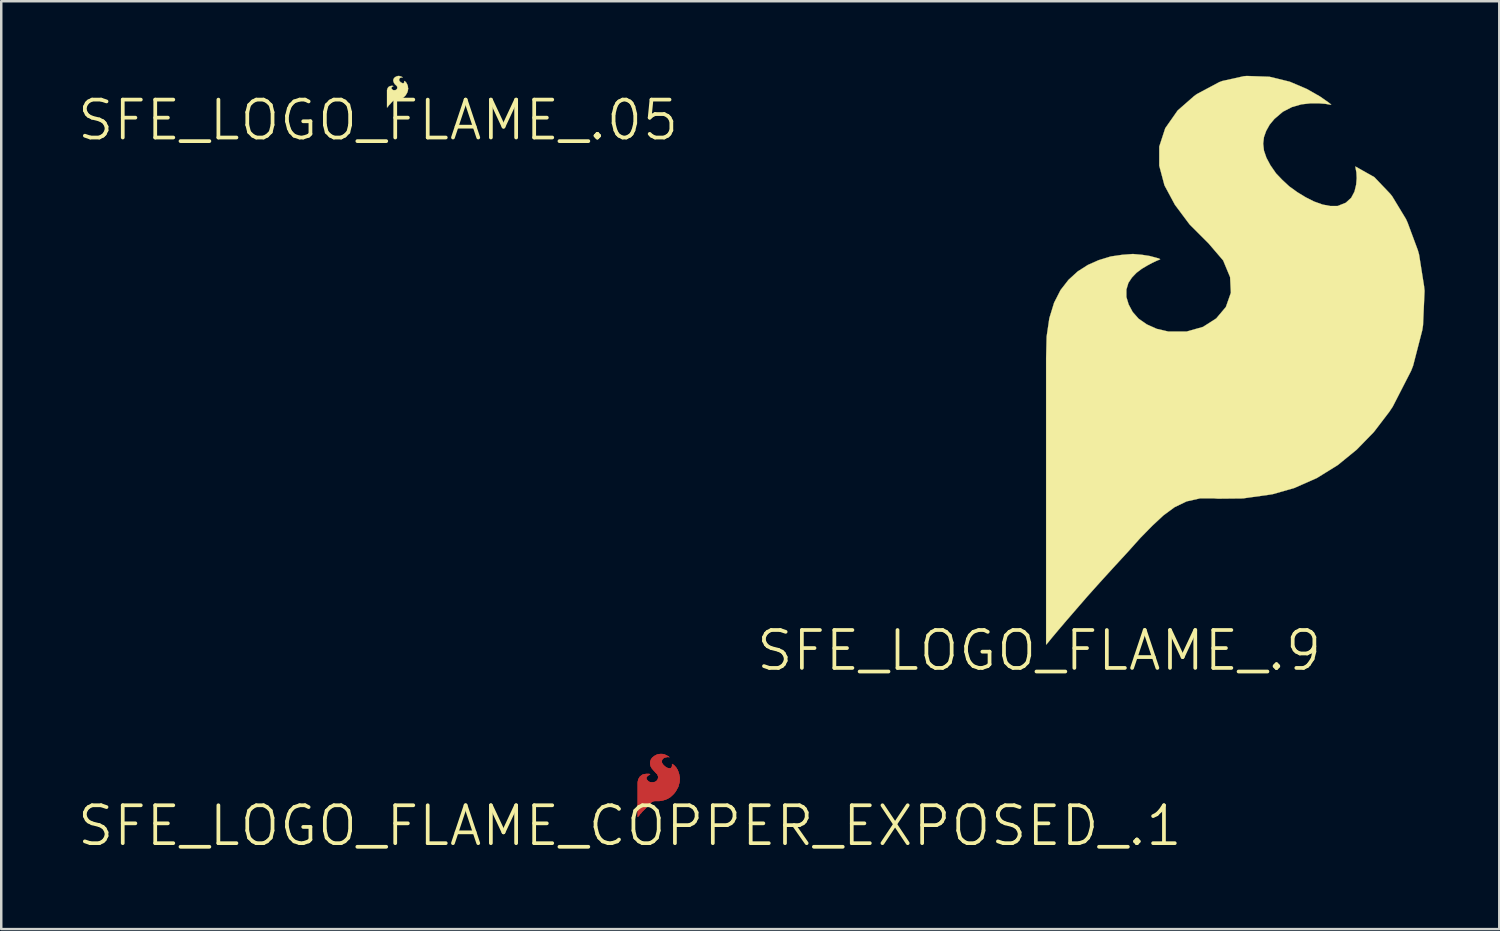
<source format=kicad_pcb>
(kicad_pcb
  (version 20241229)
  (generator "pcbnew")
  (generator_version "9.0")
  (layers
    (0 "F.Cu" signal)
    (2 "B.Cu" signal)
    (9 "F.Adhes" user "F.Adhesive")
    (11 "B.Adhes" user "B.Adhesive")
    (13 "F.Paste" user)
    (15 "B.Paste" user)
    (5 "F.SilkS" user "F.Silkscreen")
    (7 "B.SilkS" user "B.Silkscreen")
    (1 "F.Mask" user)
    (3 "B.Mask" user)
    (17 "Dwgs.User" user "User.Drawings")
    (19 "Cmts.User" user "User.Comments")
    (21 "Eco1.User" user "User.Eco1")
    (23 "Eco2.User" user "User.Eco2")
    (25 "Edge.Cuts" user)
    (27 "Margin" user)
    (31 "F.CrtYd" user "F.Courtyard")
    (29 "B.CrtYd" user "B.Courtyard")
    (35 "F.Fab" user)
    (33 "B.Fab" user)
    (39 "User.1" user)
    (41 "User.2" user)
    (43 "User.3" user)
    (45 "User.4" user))
  (footprint "SFE_LOGO_FLAME_.9"
    (layer "F.Cu")
    (at 38.742 23.114)
    (property "Reference" "SFE_LOGO_FLAME_.9" (at 0 0 0) (layer "F.SilkS") (effects (font (size 1.524 1.524) (thickness 0.15))))
    (attr exclude_from_pos_files exclude_from_bom)
    (fp_poly (pts (xy 12.718 -19.449) (xy 12.728 -19.388) (xy 12.758 -19.228) (xy 12.769 -18.999) (xy 12.748 -18.738) (xy 12.68 -18.458) (xy 12.548 -18.209) (xy 12.329 -18.009) (xy 11.999 -17.879) (xy 11.709 -17.879) (xy 11.4 -17.937) (xy 11.059 -18.059) (xy 10.719 -18.23) (xy 10.378 -18.438) (xy 10.058 -18.669) (xy 9.779 -18.928) (xy 9.528 -19.19) (xy 9.299 -19.52) (xy 9.139 -19.82) (xy 9.04 -20.109) (xy 9.009 -20.389) (xy 9.04 -20.648) (xy 9.129 -20.899) (xy 9.268 -21.148) (xy 9.459 -21.379) (xy 9.799 -21.669) (xy 10.168 -21.859) (xy 10.549 -21.968) (xy 10.919 -22.009) (xy 11.239 -22.009) (xy 11.509 -21.989) (xy 11.679 -21.958) (xy 11.748 -21.958) (xy 11.628 -22.05) (xy 11.288 -22.288) (xy 10.759 -22.588) (xy 10.079 -22.878) (xy 9.258 -23.078) (xy 8.349 -23.109) (xy 8.23 -23.099) (xy 7.369 -22.908) (xy 7.239 -22.86) (xy 6.34 -22.38) (xy 6.228 -22.299) (xy 5.568 -21.72) (xy 5.07 -21.008) (xy 4.829 -20.269) (xy 4.829 -19.5) (xy 5.039 -18.71) (xy 5.458 -17.93) (xy 6.048 -17.14) (xy 6.139 -17.048) (xy 6.81 -16.378) (xy 7.399 -15.69) (xy 7.678 -15.019) (xy 7.709 -14.389) (xy 7.508 -13.818) (xy 7.12 -13.358) (xy 6.589 -13.018) (xy 5.928 -12.83) (xy 5.199 -12.83) (xy 4.729 -12.939) (xy 4.328 -13.119) (xy 3.998 -13.348) (xy 3.759 -13.619) (xy 3.599 -13.919) (xy 3.508 -14.219) (xy 3.508 -14.519) (xy 3.589 -14.788) (xy 3.729 -14.999) (xy 3.909 -15.189) (xy 4.12 -15.349) (xy 4.338 -15.479) (xy 4.539 -15.588) (xy 4.709 -15.669) (xy 4.829 -15.718) (xy 4.869 -15.738) (xy 4.818 -15.768) (xy 4.669 -15.809) (xy 4.44 -15.87) (xy 4.128 -15.918) (xy 3.769 -15.949) (xy 3.348 -15.918) (xy 2.878 -15.85) (xy 2.388 -15.7) (xy 1.958 -15.509) (xy 1.549 -15.248) (xy 1.179 -14.91) (xy 0.859 -14.498) (xy 0.599 -13.988) (xy 0.409 -13.368) (xy 0.3 -12.629) (xy 0.279 -11.768) (xy 0.279 -0.239) (xy 0.338 -0.3) (xy 0.498 -0.498) (xy 0.749 -0.798) (xy 1.09 -1.199) (xy 1.488 -1.659) (xy 1.948 -2.189) (xy 2.449 -2.748) (xy 2.979 -3.33) (xy 3.559 -3.96) (xy 4.069 -4.529) (xy 4.549 -5.019) (xy 4.999 -5.438) (xy 5.448 -5.768) (xy 5.928 -5.999) (xy 6.459 -6.119) (xy 7.048 -6.119) (xy 7.188 -6.109) (xy 8.199 -6.119) (xy 8.329 -6.139) (xy 9.258 -6.269) (xy 9.388 -6.289) (xy 10.259 -6.538) (xy 11.168 -6.939) (xy 12.009 -7.46) (xy 12.769 -8.08) (xy 13.459 -8.788) (xy 13.538 -8.89) (xy 14.079 -9.599) (xy 14.219 -9.809) (xy 14.958 -11.25) (xy 15.039 -11.458) (xy 15.408 -12.888) (xy 15.438 -13.089) (xy 15.499 -14.468) (xy 15.479 -14.658) (xy 15.278 -15.928) (xy 15.23 -16.099) (xy 14.818 -17.209) (xy 14.75 -17.358) (xy 14.199 -18.268) (xy 14.11 -18.379) (xy 13.48 -19.04) (xy 12.718 -19.469)) (stroke (width 0.01) (type solid)) (fill yes) (layer "F.SilkS")))
  (footprint "SFE_LOGO_FLAME_.05"
    (layer "F.Cu")
    (at 12.156 1.783)
    (property "Reference" "SFE_LOGO_FLAME_.05" (at 0 0 0) (layer "F.SilkS") (effects (font (size 1.524 1.524) (thickness 0.15))))
    (attr exclude_from_pos_files exclude_from_bom)
    (fp_poly (pts (xy 1.049 -1.58) (xy 1.049 -1.509) (xy 1.039 -1.509) (xy 1.039 -1.499) (xy 1.029 -1.499) (xy 1.029 -1.488) (xy 0.968 -1.488) (xy 0.968 -1.499) (xy 0.95 -1.499) (xy 0.94 -1.509) (xy 0.93 -1.509) (xy 0.93 -1.519) (xy 0.909 -1.519) (xy 0.909 -1.529) (xy 0.899 -1.529) (xy 0.899 -1.539) (xy 0.889 -1.539) (xy 0.889 -1.549) (xy 0.879 -1.549) (xy 0.879 -1.56) (xy 0.869 -1.56) (xy 0.869 -1.57) (xy 0.859 -1.58) (xy 0.859 -1.587) (xy 0.848 -1.587) (xy 0.848 -1.659) (xy 0.859 -1.659) (xy 0.859 -1.679) (xy 0.869 -1.679) (xy 0.869 -1.689) (xy 0.879 -1.689) (xy 0.879 -1.699) (xy 0.899 -1.699) (xy 0.899 -1.709) (xy 0.93 -1.709) (xy 0.93 -1.72) (xy 0.988 -1.72) (xy 0.988 -1.709) (xy 0.998 -1.709) (xy 0.988 -1.72) (xy 0.978 -1.72) (xy 0.978 -1.73) (xy 0.968 -1.73) (xy 0.968 -1.74) (xy 0.95 -1.74) (xy 0.95 -1.748) (xy 0.93 -1.748) (xy 0.93 -1.758) (xy 0.899 -1.758) (xy 0.899 -1.768) (xy 0.859 -1.768) (xy 0.859 -1.778) (xy 0.79 -1.778) (xy 0.79 -1.768) (xy 0.749 -1.768) (xy 0.749 -1.758) (xy 0.729 -1.758) (xy 0.729 -1.748) (xy 0.709 -1.748) (xy 0.709 -1.74) (xy 0.699 -1.74) (xy 0.688 -1.73) (xy 0.678 -1.73) (xy 0.678 -1.72) (xy 0.668 -1.72) (xy 0.668 -1.709) (xy 0.658 -1.709) (xy 0.658 -1.699) (xy 0.648 -1.699) (xy 0.648 -1.689) (xy 0.638 -1.689) (xy 0.638 -1.679) (xy 0.63 -1.669) (xy 0.63 -1.659) (xy 0.62 -1.659) (xy 0.62 -1.628) (xy 0.61 -1.628) (xy 0.61 -1.57) (xy 0.62 -1.56) (xy 0.62 -1.539) (xy 0.63 -1.529) (xy 0.63 -1.509) (xy 0.638 -1.509) (xy 0.638 -1.499) (xy 0.648 -1.488) (xy 0.648 -1.478) (xy 0.658 -1.478) (xy 0.658 -1.468) (xy 0.668 -1.468) (xy 0.668 -1.448) (xy 0.678 -1.448) (xy 0.678 -1.438) (xy 0.688 -1.438) (xy 0.688 -1.427) (xy 0.699 -1.427) (xy 0.699 -1.42) (xy 0.709 -1.42) (xy 0.709 -1.41) (xy 0.719 -1.41) (xy 0.719 -1.4) (xy 0.729 -1.4) (xy 0.729 -1.389) (xy 0.739 -1.389) (xy 0.739 -1.379) (xy 0.749 -1.379) (xy 0.749 -1.369) (xy 0.759 -1.369) (xy 0.759 -1.349) (xy 0.77 -1.349) (xy 0.77 -1.27) (xy 0.759 -1.27) (xy 0.759 -1.25) (xy 0.749 -1.25) (xy 0.749 -1.24) (xy 0.739 -1.24) (xy 0.739 -1.229) (xy 0.729 -1.229) (xy 0.719 -1.219) (xy 0.709 -1.219) (xy 0.699 -1.209) (xy 0.658 -1.209) (xy 0.658 -1.199) (xy 0.648 -1.199) (xy 0.648 -1.209) (xy 0.599 -1.209) (xy 0.599 -1.219) (xy 0.579 -1.219) (xy 0.579 -1.229) (xy 0.569 -1.229) (xy 0.569 -1.24) (xy 0.559 -1.24) (xy 0.559 -1.25) (xy 0.549 -1.25) (xy 0.549 -1.27) (xy 0.538 -1.27) (xy 0.538 -1.318) (xy 0.549 -1.318) (xy 0.549 -1.328) (xy 0.559 -1.328) (xy 0.559 -1.339) (xy 0.569 -1.339) (xy 0.569 -1.349) (xy 0.589 -1.349) (xy 0.589 -1.359) (xy 0.61 -1.359) (xy 0.61 -1.369) (xy 0.62 -1.369) (xy 0.599 -1.369) (xy 0.599 -1.379) (xy 0.508 -1.379) (xy 0.508 -1.369) (xy 0.47 -1.369) (xy 0.47 -1.359) (xy 0.45 -1.359) (xy 0.45 -1.349) (xy 0.439 -1.349) (xy 0.439 -1.339) (xy 0.419 -1.339) (xy 0.419 -1.328) (xy 0.409 -1.328) (xy 0.409 -1.318) (xy 0.399 -1.318) (xy 0.399 -1.298) (xy 0.389 -1.298) (xy 0.389 -1.288) (xy 0.378 -1.278) (xy 0.378 -1.26) (xy 0.368 -1.26) (xy 0.368 -1.219) (xy 0.358 -1.219) (xy 0.358 -0.508) (xy 0.368 -0.508) (xy 0.368 -0.518) (xy 0.378 -0.528) (xy 0.378 -0.538) (xy 0.389 -0.538) (xy 0.389 -0.549) (xy 0.399 -0.549) (xy 0.399 -0.559) (xy 0.409 -0.559) (xy 0.409 -0.569) (xy 0.419 -0.569) (xy 0.419 -0.579) (xy 0.429 -0.589) (xy 0.439 -0.599) (xy 0.439 -0.61) (xy 0.45 -0.61) (xy 0.45 -0.62) (xy 0.46 -0.62) (xy 0.46 -0.63) (xy 0.47 -0.63) (xy 0.47 -0.638) (xy 0.478 -0.638) (xy 0.478 -0.648) (xy 0.488 -0.648) (xy 0.488 -0.658) (xy 0.498 -0.658) (xy 0.498 -0.668) (xy 0.508 -0.668) (xy 0.508 -0.678) (xy 0.518 -0.688) (xy 0.528 -0.699) (xy 0.538 -0.709) (xy 0.538 -0.719) (xy 0.549 -0.719) (xy 0.549 -0.729) (xy 0.559 -0.729) (xy 0.559 -0.739) (xy 0.569 -0.739) (xy 0.569 -0.749) (xy 0.579 -0.749) (xy 0.579 -0.759) (xy 0.589 -0.759) (xy 0.589 -0.77) (xy 0.599 -0.77) (xy 0.599 -0.78) (xy 0.61 -0.78) (xy 0.61 -0.79) (xy 0.62 -0.79) (xy 0.62 -0.798) (xy 0.63 -0.798) (xy 0.63 -0.808) (xy 0.648 -0.808) (xy 0.648 -0.818) (xy 0.668 -0.818) (xy 0.668 -0.828) (xy 0.699 -0.828) (xy 0.709 -0.838) (xy 0.729 -0.838) (xy 0.739 -0.828) (xy 0.798 -0.828) (xy 0.798 -0.838) (xy 0.869 -0.838) (xy 0.869 -0.848) (xy 0.899 -0.848) (xy 0.909 -0.859) (xy 0.93 -0.859) (xy 0.93 -0.869) (xy 0.95 -0.869) (xy 0.958 -0.879) (xy 0.968 -0.879) (xy 0.968 -0.889) (xy 0.988 -0.889) (xy 0.988 -0.899) (xy 1.008 -0.899) (xy 1.008 -0.909) (xy 1.019 -0.909) (xy 1.019 -0.919) (xy 1.029 -0.919) (xy 1.029 -0.93) (xy 1.039 -0.93) (xy 1.049 -0.94) (xy 1.059 -0.95) (xy 1.069 -0.958) (xy 1.079 -0.968) (xy 1.09 -0.978) (xy 1.09 -0.988) (xy 1.1 -0.988) (xy 1.1 -0.998) (xy 1.11 -0.998) (xy 1.11 -1.008) (xy 1.118 -1.008) (xy 1.118 -1.029) (xy 1.128 -1.029) (xy 1.128 -1.039) (xy 1.138 -1.049) (xy 1.148 -1.059) (xy 1.148 -1.069) (xy 1.158 -1.079) (xy 1.158 -1.09) (xy 1.168 -1.1) (xy 1.168 -1.11) (xy 1.179 -1.118) (xy 1.179 -1.138) (xy 1.189 -1.148) (xy 1.189 -1.179) (xy 1.199 -1.179) (xy 1.199 -1.24) (xy 1.209 -1.24) (xy 1.209 -1.298) (xy 1.199 -1.308) (xy 1.199 -1.369) (xy 1.189 -1.369) (xy 1.189 -1.41) (xy 1.179 -1.41) (xy 1.179 -1.427) (xy 1.168 -1.438) (xy 1.168 -1.448) (xy 1.158 -1.458) (xy 1.158 -1.468) (xy 1.148 -1.478) (xy 1.148 -1.488) (xy 1.138 -1.499) (xy 1.138 -1.509) (xy 1.128 -1.509) (xy 1.128 -1.519) (xy 1.118 -1.519) (xy 1.118 -1.529) (xy 1.11 -1.529) (xy 1.11 -1.539) (xy 1.1 -1.539) (xy 1.1 -1.549) (xy 1.09 -1.549) (xy 1.09 -1.56) (xy 1.079 -1.56) (xy 1.069 -1.57) (xy 1.059 -1.57)) (stroke (width 0.01) (type solid)) (fill yes) (layer "F.SilkS")))
  (footprint "SFE_LOGO_FLAME_COPPER_EXPOSED_.1"
    (layer "F.Cu")
    (at 22.279 30.162)
    (property "Reference" "SFE_LOGO_FLAME_COPPER_EXPOSED_.1" (at 0 0 0) (layer "F.SilkS") (effects (font (size 1.524 1.524) (thickness 0.15))))
    (attr exclude_from_pos_files exclude_from_bom)
    (fp_poly (pts (xy 1.699 -2.489) (xy 1.699 -2.398) (xy 1.689 -2.37) (xy 1.679 -2.349) (xy 1.648 -2.319) (xy 1.618 -2.309) (xy 1.587 -2.309) (xy 1.509 -2.329) (xy 1.468 -2.349) (xy 1.438 -2.37) (xy 1.4 -2.398) (xy 1.339 -2.459) (xy 1.298 -2.52) (xy 1.288 -2.558) (xy 1.288 -2.619) (xy 1.298 -2.649) (xy 1.308 -2.67) (xy 1.328 -2.697) (xy 1.369 -2.728) (xy 1.41 -2.748) (xy 1.458 -2.758) (xy 1.499 -2.769) (xy 1.56 -2.769) (xy 1.58 -2.758) (xy 1.587 -2.758) (xy 1.58 -2.769) (xy 1.539 -2.799) (xy 1.4 -2.868) (xy 1.308 -2.888) (xy 1.209 -2.888) (xy 1.1 -2.868) (xy 0.988 -2.809) (xy 0.899 -2.738) (xy 0.848 -2.659) (xy 0.818 -2.568) (xy 0.818 -2.489) (xy 0.838 -2.398) (xy 0.889 -2.309) (xy 0.958 -2.228) (xy 1.039 -2.139) (xy 1.11 -2.068) (xy 1.138 -1.989) (xy 1.138 -1.918) (xy 1.118 -1.859) (xy 1.079 -1.808) (xy 1.019 -1.768) (xy 0.94 -1.748) (xy 0.859 -1.748) (xy 0.808 -1.758) (xy 0.759 -1.778) (xy 0.699 -1.839) (xy 0.678 -1.869) (xy 0.668 -1.9) (xy 0.668 -1.938) (xy 0.678 -1.968) (xy 0.739 -2.029) (xy 0.77 -2.04) (xy 0.808 -2.06) (xy 0.818 -2.068) (xy 0.78 -2.088) (xy 0.658 -2.088) (xy 0.599 -2.078) (xy 0.549 -2.068) (xy 0.498 -2.05) (xy 0.46 -2.019) (xy 0.409 -1.979) (xy 0.348 -1.88) (xy 0.328 -1.808) (xy 0.318 -1.73) (xy 0.318 -0.358) (xy 0.368 -0.409) (xy 0.399 -0.46) (xy 0.45 -0.508) (xy 0.498 -0.569) (xy 0.62 -0.688) (xy 0.739 -0.828) (xy 0.838 -0.93) (xy 0.94 -0.988) (xy 0.998 -0.998) (xy 1.189 -0.998) (xy 1.308 -1.019) (xy 1.42 -1.049) (xy 1.519 -1.09) (xy 1.618 -1.148) (xy 1.699 -1.219) (xy 1.778 -1.298) (xy 1.849 -1.389) (xy 1.948 -1.57) (xy 1.999 -1.758) (xy 2.009 -1.928) (xy 1.979 -2.088) (xy 1.928 -2.238) (xy 1.859 -2.349) (xy 1.778 -2.438)) (stroke (width 0.01) (type solid)) (fill yes) (layer "F.Cu"))
    (fp_poly (pts (xy 1.699 -2.489) (xy 1.699 -2.398) (xy 1.689 -2.37) (xy 1.679 -2.349) (xy 1.648 -2.319) (xy 1.618 -2.309) (xy 1.587 -2.309) (xy 1.509 -2.329) (xy 1.468 -2.349) (xy 1.438 -2.37) (xy 1.4 -2.398) (xy 1.339 -2.459) (xy 1.298 -2.52) (xy 1.288 -2.558) (xy 1.288 -2.619) (xy 1.298 -2.649) (xy 1.308 -2.67) (xy 1.328 -2.697) (xy 1.369 -2.728) (xy 1.41 -2.748) (xy 1.458 -2.758) (xy 1.499 -2.769) (xy 1.56 -2.769) (xy 1.58 -2.758) (xy 1.587 -2.758) (xy 1.58 -2.769) (xy 1.539 -2.799) (xy 1.4 -2.868) (xy 1.308 -2.888) (xy 1.209 -2.888) (xy 1.1 -2.868) (xy 0.988 -2.809) (xy 0.899 -2.738) (xy 0.848 -2.659) (xy 0.818 -2.568) (xy 0.818 -2.489) (xy 0.838 -2.398) (xy 0.889 -2.309) (xy 0.958 -2.228) (xy 1.039 -2.139) (xy 1.11 -2.068) (xy 1.138 -1.989) (xy 1.138 -1.918) (xy 1.118 -1.859) (xy 1.079 -1.808) (xy 1.019 -1.768) (xy 0.94 -1.748) (xy 0.859 -1.748) (xy 0.808 -1.758) (xy 0.759 -1.778) (xy 0.699 -1.839) (xy 0.678 -1.869) (xy 0.668 -1.9) (xy 0.668 -1.938) (xy 0.678 -1.968) (xy 0.739 -2.029) (xy 0.77 -2.04) (xy 0.808 -2.06) (xy 0.818 -2.068) (xy 0.78 -2.088) (xy 0.658 -2.088) (xy 0.599 -2.078) (xy 0.549 -2.068) (xy 0.498 -2.05) (xy 0.46 -2.019) (xy 0.409 -1.979) (xy 0.348 -1.88) (xy 0.328 -1.808) (xy 0.318 -1.73) (xy 0.318 -0.358) (xy 0.368 -0.409) (xy 0.399 -0.46) (xy 0.45 -0.508) (xy 0.498 -0.569) (xy 0.62 -0.688) (xy 0.739 -0.828) (xy 0.838 -0.93) (xy 0.94 -0.988) (xy 0.998 -0.998) (xy 1.189 -0.998) (xy 1.308 -1.019) (xy 1.42 -1.049) (xy 1.519 -1.09) (xy 1.618 -1.148) (xy 1.699 -1.219) (xy 1.778 -1.298) (xy 1.849 -1.389) (xy 1.948 -1.57) (xy 1.999 -1.758) (xy 2.009 -1.928) (xy 1.979 -2.088) (xy 1.928 -2.238) (xy 1.859 -2.349) (xy 1.778 -2.438)) (stroke (width 0.01) (type solid)) (fill yes) (layer "F.Cu")))
  (gr_rect
    (start -3 -3)
    (end 57.246 34.316)
    (stroke (width 0.1) (type default))
    (fill no)
    (layer "Edge.Cuts")))
</source>
